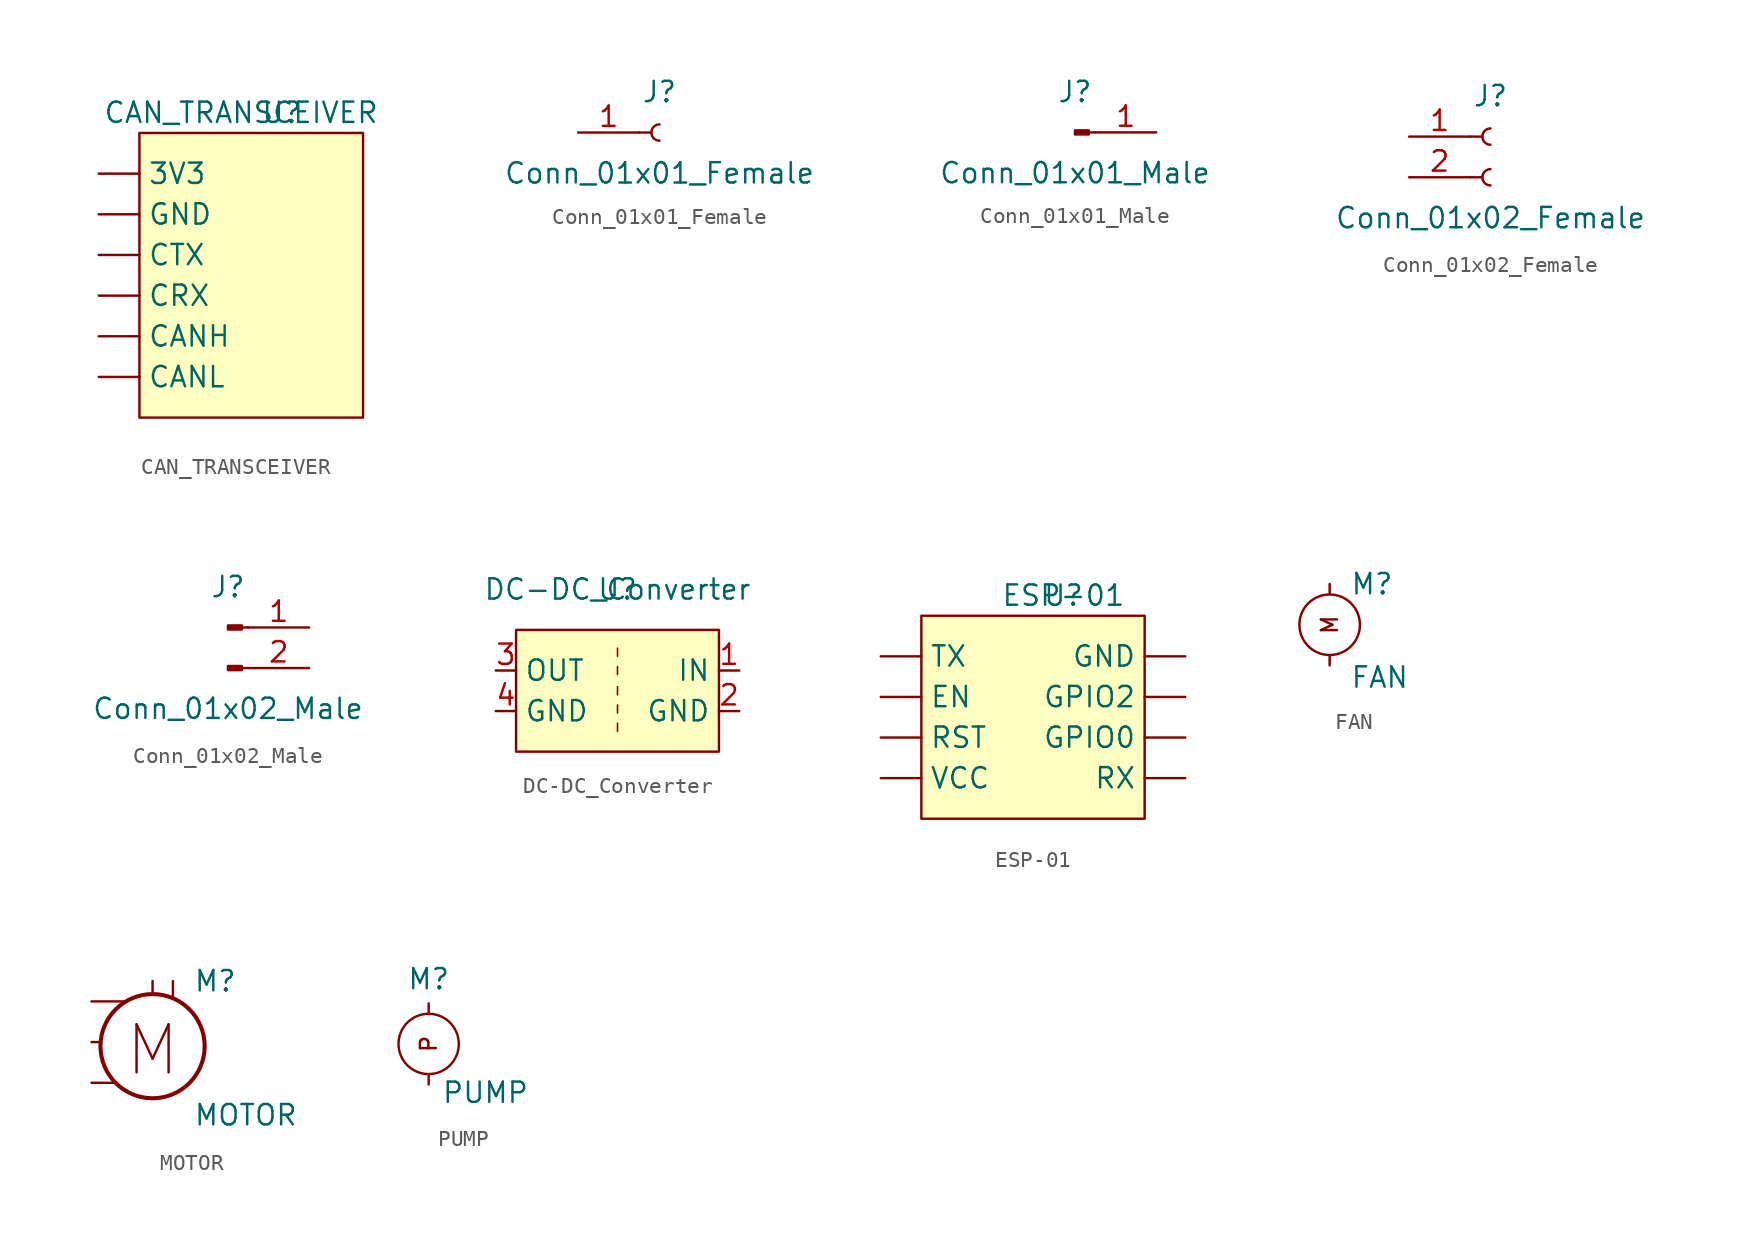
<source format=kicad_sym>
(kicad_symbol_lib
  (version 20211014)
  (generator kicad_symbol_editor)
  (symbol "CAN_TRANSCEIVER"
    (property "Reference" "U"
      (at 2.54 -1.27 0)
      (effects (font (size 1.27 1.27))))
    (property "Value" "CAN_TRANSCEIVER"
      (at 0 -1.27 0)
      (effects (font (size 1.27 1.27))))
    (symbol "CAN_TRANSCEIVER_0_1"
      (rectangle (start -6.35 -2.54) (end 7.62 -20.32) (stroke (width 0.152) (type default) (color 0 0 0 0)) (fill (type background))))
    (symbol "CAN_TRANSCEIVER_1_1"
      (pin input line (at -8.89 -5.08 0) (length 2.54) (name "3V3" (effects (font (size 1.27 1.27)))) (number "" (effects (font (size 1.27 1.27)))))
      (pin input line (at -8.89 -15.24 0) (length 2.54) (name "CANH" (effects (font (size 1.27 1.27)))) (number "" (effects (font (size 1.27 1.27)))))
      (pin input line (at -8.89 -17.78 0) (length 2.54) (name "CANL" (effects (font (size 1.27 1.27)))) (number "" (effects (font (size 1.27 1.27)))))
      (pin input line (at -8.89 -12.7 0) (length 2.54) (name "CRX" (effects (font (size 1.27 1.27)))) (number "" (effects (font (size 1.27 1.27)))))
      (pin input line (at -8.89 -10.16 0) (length 2.54) (name "CTX" (effects (font (size 1.27 1.27)))) (number "" (effects (font (size 1.27 1.27)))))
      (pin input line (at -8.89 -7.62 0) (length 2.54) (name "GND" (effects (font (size 1.27 1.27)))) (number "" (effects (font (size 1.27 1.27)))))))
  (symbol "Conn_01x01_Female"
    (pin_names
      (offset 1.016) hide)
    (property "Reference" "J"
      (at 0 2.54 0)
      (effects (font (size 1.27 1.27))))
    (property "Value" "Conn_01x01_Female"
      (at 0 -2.54 0)
      (effects (font (size 1.27 1.27))))
    (symbol "Conn_01x01_Female_1_1"
      (polyline (pts (xy -1.27 0) (xy -0.508 0)) (stroke (width 0.152) (type default) (color 0 0 0 0)) (fill (type none)))
      (arc (start 0 0.508) (mid -0.508 0) (end 0 -0.508) (stroke (width 0.1524) (type default) (color 0 0 0 0)) (fill (type none)))
      (pin input line (at 0 0 180) (length 3.81) hide (name "" (effects (font (size 1.27 1.27)))) (number "" (effects (font (size 1.27 1.27)))))
      (pin bidirectional line (at -5.08 0 0) (length 3.81) (name "Pin_1" (effects (font (size 1.27 1.27)))) (number "1" (effects (font (size 1.27 1.27)))))))
  (symbol "Conn_01x01_Male"
    (pin_names
      (offset 1.016) hide)
    (property "Reference" "J"
      (at 0 2.54 0)
      (effects (font (size 1.27 1.27))))
    (property "Value" "Conn_01x01_Male"
      (at 0 -2.54 0)
      (effects (font (size 1.27 1.27))))
    (symbol "Conn_01x01_Male_1_1"
      (polyline (pts (xy 1.27 0) (xy 0.864 0)) (stroke (width 0.152) (type default) (color 0 0 0 0)) (fill (type none)))
      (rectangle (start 0.864 0.127) (end 0 -0.127) (stroke (width 0.152) (type default) (color 0 0 0 0)) (fill (type outline)))
      (pin input line (at 0 0 0) (length 3.81) hide (name "" (effects (font (size 1.27 1.27)))) (number "" (effects (font (size 1.27 1.27)))))
      (pin passive line (at 5.08 0 180) (length 3.81) (name "Pin_1" (effects (font (size 1.27 1.27)))) (number "1" (effects (font (size 1.27 1.27)))))))
  (symbol "Conn_01x02_Female"
    (pin_names
      (offset 1.016) hide)
    (property "Reference" "J"
      (at 0 2.54 0)
      (effects (font (size 1.27 1.27))))
    (property "Value" "Conn_01x02_Female"
      (at 0 -5.08 0)
      (effects (font (size 1.27 1.27))))
    (symbol "Conn_01x02_Female_1_1"
      (arc (start 0 -2.032) (mid -0.508 -2.54) (end 0 -3.048) (stroke (width 0.1524) (type default) (color 0 0 0 0)) (fill (type none)))
      (polyline (pts (xy -1.27 -2.54) (xy -0.508 -2.54)) (stroke (width 0.152) (type default) (color 0 0 0 0)) (fill (type none)))
      (polyline (pts (xy -1.27 0) (xy -0.508 0)) (stroke (width 0.152) (type default) (color 0 0 0 0)) (fill (type none)))
      (arc (start 0 0.508) (mid -0.508 0) (end 0 -0.508) (stroke (width 0.1524) (type default) (color 0 0 0 0)) (fill (type none)))
      (pin input line (at 0 -2.54 180) (length 3.81) hide (name "" (effects (font (size 1.27 1.27)))) (number "" (effects (font (size 1.27 1.27)))))
      (pin input line (at 0 0 180) (length 3.81) hide (name "" (effects (font (size 1.27 1.27)))) (number "" (effects (font (size 1.27 1.27)))))
      (pin passive line (at -5.08 0 0) (length 3.81) (name "Pin_1" (effects (font (size 1.27 1.27)))) (number "1" (effects (font (size 1.27 1.27)))))
      (pin passive line (at -5.08 -2.54 0) (length 3.81) (name "Pin_2" (effects (font (size 1.27 1.27)))) (number "2" (effects (font (size 1.27 1.27)))))))
  (symbol "Conn_01x02_Male"
    (pin_names
      (offset 1.016) hide)
    (property "Reference" "J"
      (at 0 2.54 0)
      (effects (font (size 1.27 1.27))))
    (property "Value" "Conn_01x02_Male"
      (at 0 -5.08 0)
      (effects (font (size 1.27 1.27))))
    (symbol "Conn_01x02_Male_1_1"
      (polyline (pts (xy 1.27 -2.54) (xy 0.864 -2.54)) (stroke (width 0.152) (type default) (color 0 0 0 0)) (fill (type none)))
      (polyline (pts (xy 1.27 0) (xy 0.864 0)) (stroke (width 0.152) (type default) (color 0 0 0 0)) (fill (type none)))
      (rectangle (start 0.864 -2.413) (end 0 -2.667) (stroke (width 0.152) (type default) (color 0 0 0 0)) (fill (type outline)))
      (rectangle (start 0.864 0.127) (end 0 -0.127) (stroke (width 0.152) (type default) (color 0 0 0 0)) (fill (type outline)))
      (pin input line (at 0 -2.54 0) (length 3.81) hide (name "" (effects (font (size 1.27 1.27)))) (number "" (effects (font (size 1.27 1.27)))))
      (pin input line (at 0 0 0) (length 3.81) hide (name "" (effects (font (size 1.27 1.27)))) (number "" (effects (font (size 1.27 1.27)))))
      (pin passive line (at 5.08 0 180) (length 3.81) (name "Pin_1" (effects (font (size 1.27 1.27)))) (number "1" (effects (font (size 1.27 1.27)))))
      (pin passive line (at 5.08 -2.54 180) (length 3.81) (name "Pin_2" (effects (font (size 1.27 1.27)))) (number "2" (effects (font (size 1.27 1.27)))))))
  (symbol "DC-DC_Converter"
    (property "Reference" "U"
      (at 0 0 0)
      (effects (font (size 1.27 1.27))))
    (property "Value" "DC-DC_Converter"
      (at 0 0 0)
      (effects (font (size 1.27 1.27))))
    (symbol "DC-DC_Converter_0_1"
      (rectangle (start -6.35 -2.54) (end 6.35 -10.16) (stroke (width 0.152) (type default) (color 0 0 0 0)) (fill (type background)))
      (polyline (pts (xy 0 -8.382) (xy 0 -8.89)) (stroke (width 0.1) (type default) (color 0 0 0 0)) (fill (type none)))
      (polyline (pts (xy 0 -7.239) (xy 0 -7.747)) (stroke (width 0.1) (type default) (color 0 0 0 0)) (fill (type none)))
      (polyline (pts (xy 0 -6.096) (xy 0 -6.604)) (stroke (width 0.1) (type default) (color 0 0 0 0)) (fill (type none)))
      (polyline (pts (xy 0 -4.826) (xy 0 -5.334)) (stroke (width 0.1) (type default) (color 0 0 0 0)) (fill (type none)))
      (polyline (pts (xy 0 -3.683) (xy 0 -4.191)) (stroke (width 0.1) (type default) (color 0 0 0 0)) (fill (type none)))
      (rectangle (start 5.08 -5.08) (end 5.08 -5.08) (stroke (width 0.152) (type default) (color 0 0 0 0)) (fill (type none))))
    (symbol "DC-DC_Converter_1_1"
      (pin passive line (at 7.62 -5.08 180) (length 1.27) (name "IN" (effects (font (size 1.27 1.27)))) (number "1" (effects (font (size 1.27 1.27)))))
      (pin passive line (at 7.62 -7.62 180) (length 1.27) (name "GND" (effects (font (size 1.27 1.27)))) (number "2" (effects (font (size 1.27 1.27)))))
      (pin passive line (at -7.62 -5.08 0) (length 1.27) (name "OUT" (effects (font (size 1.27 1.27)))) (number "3" (effects (font (size 1.27 1.27)))))
      (pin passive line (at -7.62 -7.62 0) (length 1.27) (name "GND" (effects (font (size 1.27 1.27)))) (number "4" (effects (font (size 1.27 1.27)))))))
  (symbol "ESP-01"
    (property "Reference" "U"
      (at 0 0 0)
      (effects (font (size 1.27 1.27))))
    (property "Value" "ESP-01"
      (at 0 0 0)
      (effects (font (size 1.27 1.27))))
    (symbol "ESP-01_0_1"
      (rectangle (start -8.89 -1.27) (end 5.08 -13.97) (stroke (width 0.152) (type default) (color 0 0 0 0)) (fill (type background))))
    (symbol "ESP-01_1_1"
      (pin input line (at -11.43 -6.35 0) (length 2.54) (name "EN" (effects (font (size 1.27 1.27)))) (number "" (effects (font (size 1.27 1.27)))))
      (pin input line (at 7.62 -3.81 180) (length 2.54) (name "GND" (effects (font (size 1.27 1.27)))) (number "" (effects (font (size 1.27 1.27)))))
      (pin input line (at 7.62 -8.89 180) (length 2.54) (name "GPIO0" (effects (font (size 1.27 1.27)))) (number "" (effects (font (size 1.27 1.27)))))
      (pin input line (at 7.62 -6.35 180) (length 2.54) (name "GPIO2" (effects (font (size 1.27 1.27)))) (number "" (effects (font (size 1.27 1.27)))))
      (pin input line (at -11.43 -8.89 0) (length 2.54) (name "RST" (effects (font (size 1.27 1.27)))) (number "" (effects (font (size 1.27 1.27)))))
      (pin input line (at 7.62 -11.43 180) (length 2.54) (name "RX" (effects (font (size 1.27 1.27)))) (number "" (effects (font (size 1.27 1.27)))))
      (pin input line (at -11.43 -3.81 0) (length 2.54) (name "TX" (effects (font (size 1.27 1.27)))) (number "" (effects (font (size 1.27 1.27)))))
      (pin input line (at -11.43 -11.43 0) (length 2.54) (name "VCC" (effects (font (size 1.27 1.27)))) (number "" (effects (font (size 1.27 1.27)))))))
  (symbol "FAN"
    (pin_names
      (offset 0))
    (property "Reference" "M"
      (at 1.27 1.27 0)
      (effects (font (size 1.27 1.27)) (justify left)))
    (property "Value" "FAN"
      (at 1.27 -3.81 0)
      (effects (font (size 1.27 1.27)) (justify left top)))
    (symbol "FAN_0_0"
      (text "M" (at 0 -1.27 900) (effects (font (size 1 1)))))
    (symbol "FAN_0_1"
      (circle (center 0 -1.27) (radius 1.888) (stroke (width 0.152) (type default) (color 0 0 0 0)) (fill (type none))))
    (symbol "FAN_1_1"
      (pin passive line (at 0 -3.81 90) (length 0.6) (name "" (effects (font (size 1.27 1.27)))) (number "" (effects (font (size 1.27 1.27)))))
      (pin passive line (at 0 1.27 270) (length 0.6) (name "" (effects (font (size 1.27 1.27)))) (number "" (effects (font (size 1.27 1.27)))))))
  (symbol "MOTOR"
    (pin_names
      (offset 0))
    (property "Reference" "M"
      (at 2.54 2.54 0)
      (effects (font (size 1.27 1.27)) (justify left)))
    (property "Value" "MOTOR"
      (at 2.54 -5.08 0)
      (effects (font (size 1.27 1.27)) (justify left top)))
    (symbol "MOTOR_0_0"
      (text "M" (at 0 -1.778 0) (effects (font (size 3 3)))))
    (symbol "MOTOR_0_1"
      (circle (center 0 -1.524) (radius 3.251) (stroke (width 0.254) (type default) (color 0 0 0 0)) (fill (type none))))
    (symbol "MOTOR_1_0"
      (pin passive line (at -3.81 1.27 0) (length 2.2) (name "" (effects (font (size 1.27 1.27)))) (number "" (effects (font (size 1.27 1.27))))))
    (symbol "MOTOR_1_1"
      (pin passive line (at -3.81 -3.81 0) (length 1.4) (name "" (effects (font (size 1.27 1.27)))) (number "" (effects (font (size 1.27 1.27)))))
      (pin passive line (at -3.81 -1.27 0) (length 0.5) (name "" (effects (font (size 1.27 1.27)))) (number "" (effects (font (size 1.27 1.27)))))
      (pin passive line (at 0 2.54 270) (length 0.8) (name "" (effects (font (size 1.27 1.27)))) (number "" (effects (font (size 1.27 1.27)))))
      (pin passive line (at 1.27 2.54 270) (length 1) (name "" (effects (font (size 1.27 1.27)))) (number "" (effects (font (size 1.27 1.27)))))))
  (symbol "PUMP"
    (property "Reference" "M"
      (at 0 0 0)
      (effects (font (size 1.27 1.27))))
    (property "Value" "PUMP"
      (at 3.556 -7.112 0)
      (effects (font (size 1.27 1.27))))
    (symbol "PUMP_0_0"
      (text "P" (at 0 -4.064 900) (effects (font (size 1 1)))))
    (symbol "PUMP_0_1"
      (circle (center 0 -4.064) (radius 1.888) (stroke (width 0.152) (type default) (color 0 0 0 0)) (fill (type none))))
    (symbol "PUMP_1_1"
      (pin passive line (at 0 -6.604 90) (length 0.6) (name "" (effects (font (size 1.27 1.27)))) (number "" (effects (font (size 1.27 1.27)))))
      (pin passive line (at 0 -1.524 270) (length 0.6) (name "" (effects (font (size 1.27 1.27)))) (number "" (effects (font (size 1.27 1.27))))))))
</source>
